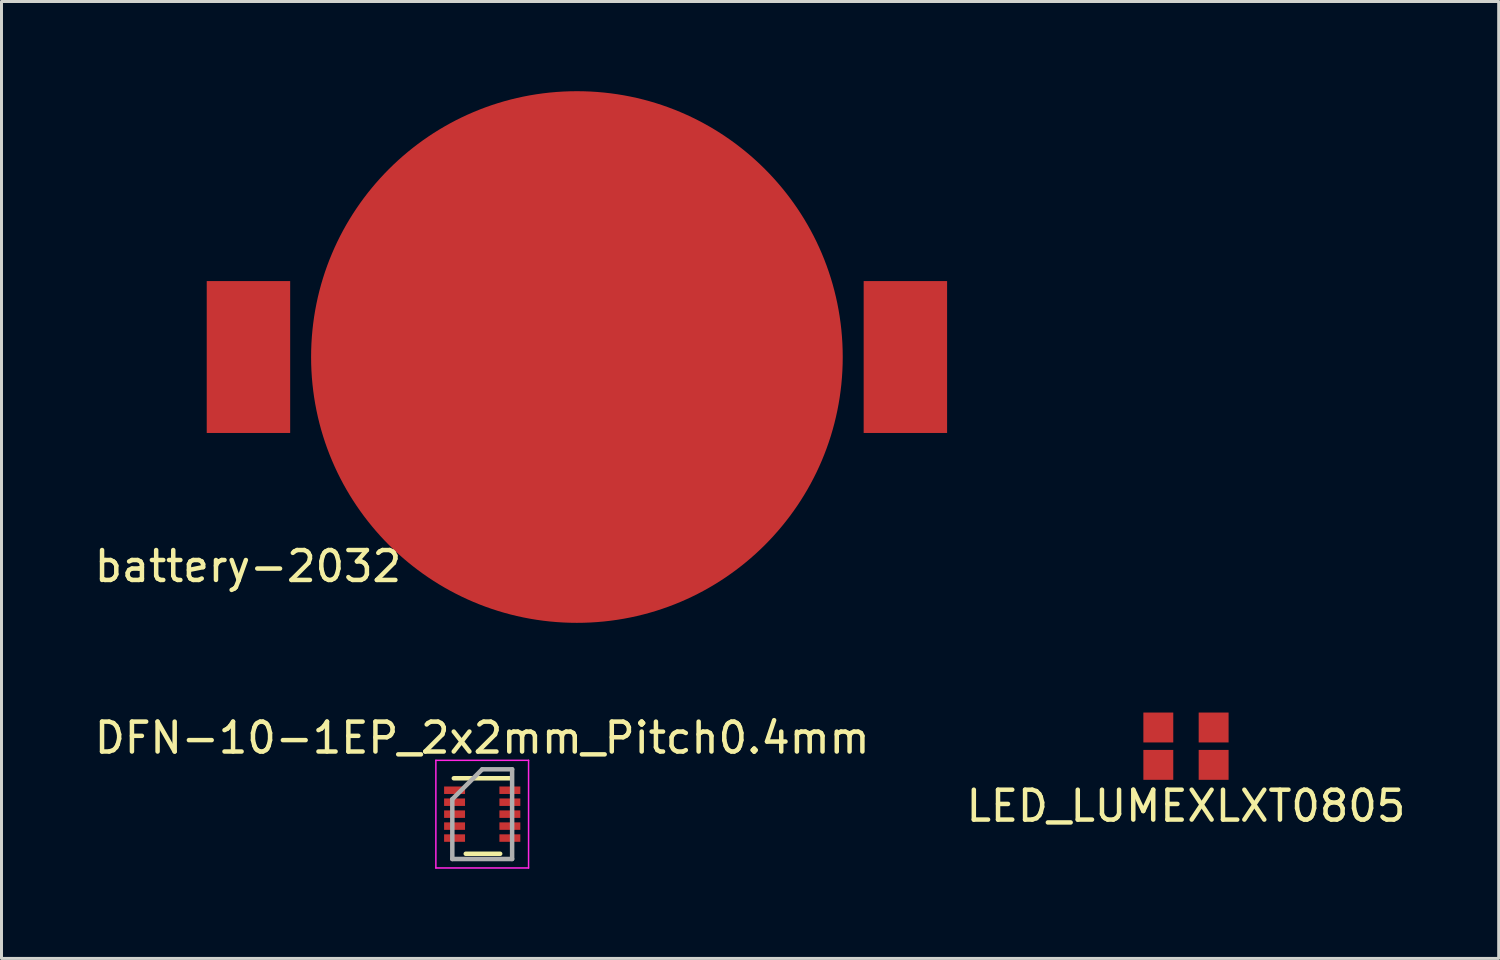
<source format=kicad_pcb>
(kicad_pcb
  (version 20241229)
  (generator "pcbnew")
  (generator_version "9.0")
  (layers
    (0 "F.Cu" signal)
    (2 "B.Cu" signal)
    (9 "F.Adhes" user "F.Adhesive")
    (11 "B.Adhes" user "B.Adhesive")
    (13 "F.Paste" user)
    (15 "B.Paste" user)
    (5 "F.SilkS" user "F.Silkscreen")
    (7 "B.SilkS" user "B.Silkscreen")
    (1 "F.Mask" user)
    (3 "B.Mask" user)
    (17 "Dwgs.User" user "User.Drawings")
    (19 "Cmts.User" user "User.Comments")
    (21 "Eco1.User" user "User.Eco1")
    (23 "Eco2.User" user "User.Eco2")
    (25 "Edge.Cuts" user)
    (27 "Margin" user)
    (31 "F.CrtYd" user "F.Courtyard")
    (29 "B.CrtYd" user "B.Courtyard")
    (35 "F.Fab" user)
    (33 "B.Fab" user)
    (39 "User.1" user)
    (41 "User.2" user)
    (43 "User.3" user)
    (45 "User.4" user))
  (footprint "DFN-10-1EP_2x2mm_Pitch0.4mm"
    (layer "F.Cu")
    (at 13.077 24.178)
    (property "Reference" "DFN-10-1EP_2x2mm_Pitch0.4mm" (at 0 -2.55 0) (layer "F.SilkS") (effects (font (size 1 1) (thickness 0.15))))
    (attr smd)
    (fp_line (start -0.95 -1.2) (end 0.975 -1.2) (stroke (width 0.15) (type solid)) (layer "F.SilkS"))
    (fp_line (start -0.55 1.325) (end 0.6 1.325) (stroke (width 0.15) (type solid)) (layer "F.SilkS"))
    (fp_line (start -1.55 -1.8) (end -1.55 1.8) (stroke (width 0.05) (type solid)) (layer "F.CrtYd"))
    (fp_line (start -1.55 -1.8) (end 1.55 -1.8) (stroke (width 0.05) (type solid)) (layer "F.CrtYd"))
    (fp_line (start -1.55 1.8) (end 1.55 1.8) (stroke (width 0.05) (type solid)) (layer "F.CrtYd"))
    (fp_line (start 1.55 -1.8) (end 1.55 1.8) (stroke (width 0.05) (type solid)) (layer "F.CrtYd"))
    (fp_line (start -1 -0.5) (end 0 -1.5) (stroke (width 0.15) (type solid)) (layer "F.Fab"))
    (fp_line (start -1 1.5) (end -1 -0.5) (stroke (width 0.15) (type solid)) (layer "F.Fab"))
    (fp_line (start 0 -1.5) (end 1 -1.5) (stroke (width 0.15) (type solid)) (layer "F.Fab"))
    (fp_line (start 1 -1.5) (end 1 1.5) (stroke (width 0.15) (type solid)) (layer "F.Fab"))
    (fp_line (start 1 1.5) (end -1 1.5) (stroke (width 0.15) (type solid)) (layer "F.Fab"))
    (pad "1" smd rect (at -0.925 -0.8) (size 0.7 0.25) (layers "F.Cu" "F.Mask" "F.Paste"))
    (pad "2" smd rect (at -0.925 -0.4) (size 0.7 0.25) (layers "F.Cu" "F.Mask" "F.Paste"))
    (pad "3" smd rect (at -0.925 0) (size 0.7 0.25) (layers "F.Cu" "F.Mask" "F.Paste"))
    (pad "4" smd rect (at -0.925 0.4) (size 0.7 0.25) (layers "F.Cu" "F.Mask" "F.Paste"))
    (pad "5" smd rect (at -0.925 0.8) (size 0.7 0.25) (layers "F.Cu" "F.Mask" "F.Paste"))
    (pad "6" smd rect (at 0.925 0.8) (size 0.7 0.25) (layers "F.Cu" "F.Mask" "F.Paste"))
    (pad "7" smd rect (at 0.925 0.4) (size 0.7 0.25) (layers "F.Cu" "F.Mask" "F.Paste"))
    (pad "8" smd rect (at 0.925 0) (size 0.7 0.25) (layers "F.Cu" "F.Mask" "F.Paste"))
    (pad "9" smd rect (at 0.925 -0.4) (size 0.7 0.25) (layers "F.Cu" "F.Mask" "F.Paste"))
    (pad "10" smd rect (at 0.925 -0.8) (size 0.7 0.25) (layers "F.Cu" "F.Mask" "F.Paste")))
  (footprint "battery-2032"
    (layer "F.Cu")
    (at 16.244 8.89)
    (property "Reference" "battery-2032" (at -11 7 0) (layer "F.SilkS") (effects (font (size 1 1) (thickness 0.15))))
    (attr through_hole)
    (pad "1" smd rect (at -10.985 0) (size 2.79 5.08) (layers "F.Cu" "F.Mask" "F.Paste"))
    (pad "1" smd rect (at 10.985 0) (size 2.79 5.08) (layers "F.Cu" "F.Mask" "F.Paste"))
    (pad "2" smd circle (at 0 0) (size 17.78 17.78) (layers "F.Cu" "F.Mask" "F.Paste")))
  (footprint "LED_LUMEXLXT0805"
    (layer "F.Cu")
    (at 36.613 21.905)
    (property "Reference" "LED_LUMEXLXT0805" (at 0 2 0) (layer "F.SilkS") (effects (font (size 1 1) (thickness 0.15))))
    (attr through_hole)
    (pad "1" smd rect (at 0.925 -0.625) (size 1 1) (layers "F.Cu" "F.Mask" "F.Paste"))
    (pad "2" smd rect (at -0.925 -0.625) (size 1 1) (layers "F.Cu" "F.Mask" "F.Paste"))
    (pad "3" smd rect (at -0.925 0.625) (size 1 1) (layers "F.Cu" "F.Mask" "F.Paste"))
    (pad "4" smd rect (at 0.925 0.625) (size 1 1) (layers "F.Cu" "F.Mask" "F.Paste")))
  (gr_rect
    (start -3 -3)
    (end 47.071 29.003)
    (stroke (width 0.1) (type default))
    (fill no)
    (layer "Edge.Cuts")))
</source>
